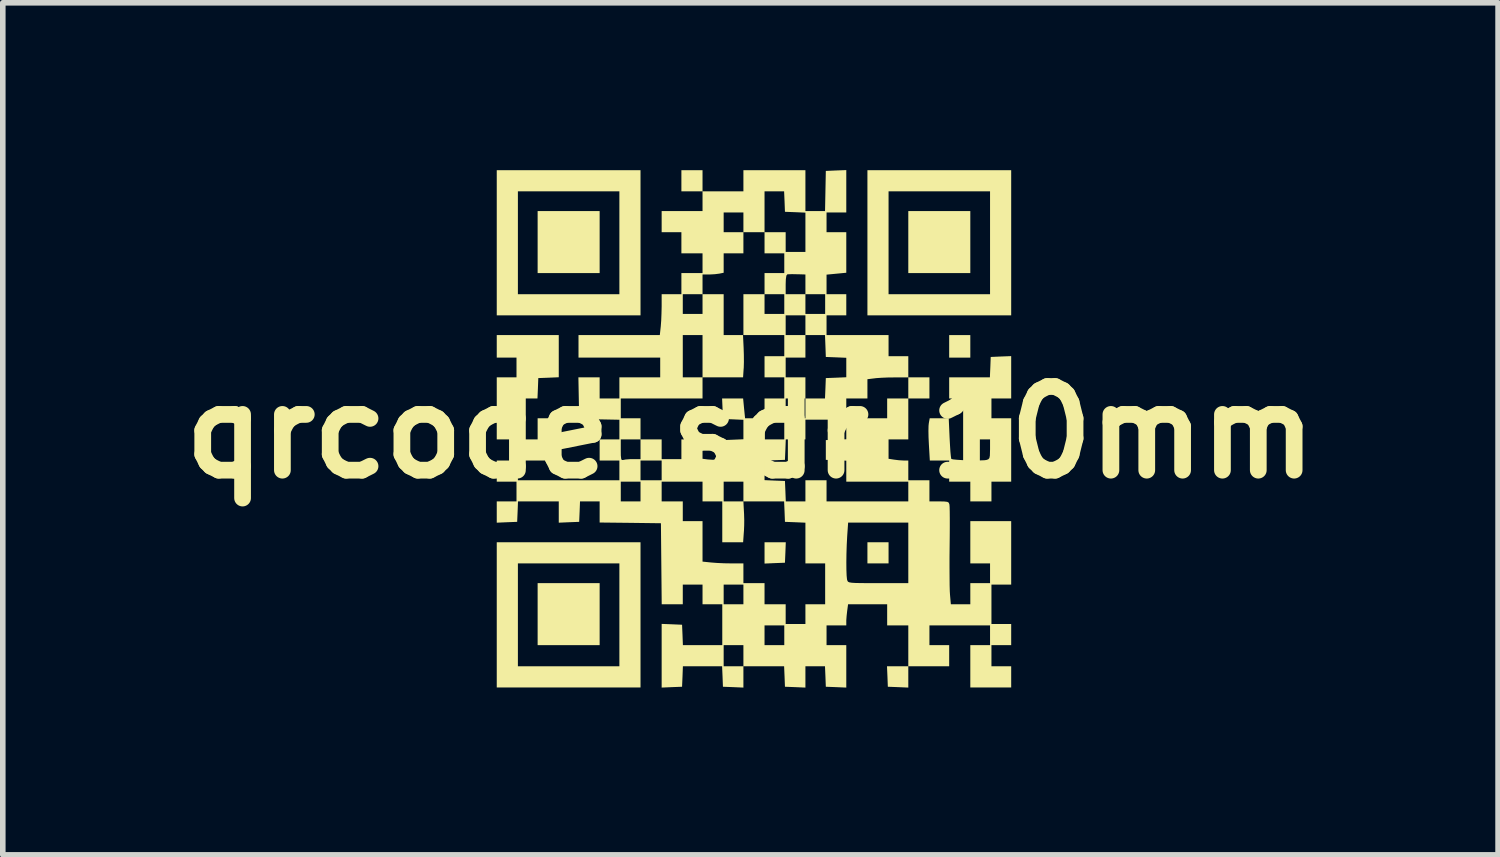
<source format=kicad_pcb>
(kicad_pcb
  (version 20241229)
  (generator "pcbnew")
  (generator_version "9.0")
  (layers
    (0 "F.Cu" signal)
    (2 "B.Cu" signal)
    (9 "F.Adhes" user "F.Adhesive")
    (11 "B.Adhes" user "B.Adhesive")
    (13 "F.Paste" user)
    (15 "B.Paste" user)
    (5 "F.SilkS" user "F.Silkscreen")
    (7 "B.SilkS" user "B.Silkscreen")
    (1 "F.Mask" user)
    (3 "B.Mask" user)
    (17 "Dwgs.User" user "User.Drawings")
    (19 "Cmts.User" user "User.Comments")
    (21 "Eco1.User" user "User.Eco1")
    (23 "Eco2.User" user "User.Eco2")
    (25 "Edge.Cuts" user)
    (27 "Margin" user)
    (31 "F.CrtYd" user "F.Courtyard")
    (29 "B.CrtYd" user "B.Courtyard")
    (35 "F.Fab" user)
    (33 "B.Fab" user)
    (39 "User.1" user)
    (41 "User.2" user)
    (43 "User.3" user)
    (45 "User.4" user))
  (footprint "qrcode sdr 10mm"
    (layer "F.Cu")
    (at 10.407 4.703)
    (property "Reference" "qrcode sdr 10mm" (at 0 0 0) (layer "F.SilkS") (effects (font (size 1.5 1.5) (thickness 0.3))))
    (attr board_only exclude_from_pos_files exclude_from_bom)
    (fp_poly (pts (xy -2.704 -3.412) (xy -2.704 -2.856) (xy -3.26 -2.856) (xy -3.816 -2.856) (xy -3.816 -3.412) (xy -3.816 -3.968) (xy -3.26 -3.968) (xy -2.704 -3.968)) (stroke (width 0) (type solid)) (fill yes) (layer "F.SilkS"))
    (fp_poly (pts (xy -2.704 3.26) (xy -2.704 3.816) (xy -3.26 3.816) (xy -3.816 3.816) (xy -3.816 3.26) (xy -3.816 2.704) (xy -3.26 2.704) (xy -2.704 2.704)) (stroke (width 0) (type solid)) (fill yes) (layer "F.SilkS"))
    (fp_poly (pts (xy 0.627 2.155) (xy 0.619 2.338) (xy 0.436 2.345) (xy 0.253 2.353) (xy 0.253 2.162) (xy 0.253 1.971) (xy 0.443 1.971) (xy 0.634 1.971)) (stroke (width 0) (type solid)) (fill yes) (layer "F.SilkS"))
    (fp_poly (pts (xy 2.477 2.161) (xy 2.477 2.35) (xy 2.287 2.35) (xy 2.098 2.35) (xy 2.098 2.161) (xy 2.098 1.971) (xy 2.287 1.971) (xy 2.477 1.971)) (stroke (width 0) (type solid)) (fill yes) (layer "F.SilkS"))
    (fp_poly (pts (xy 3.943 -3.412) (xy 3.943 -2.856) (xy 3.387 -2.856) (xy 2.831 -2.856) (xy 2.831 -3.412) (xy 2.831 -3.968) (xy 3.387 -3.968) (xy 3.943 -3.968)) (stroke (width 0) (type solid)) (fill yes) (layer "F.SilkS"))
    (fp_poly (pts (xy 3.943 -1.542) (xy 3.943 -1.34) (xy 3.753 -1.34) (xy 3.564 -1.34) (xy 3.564 -1.542) (xy 3.564 -1.744) (xy 3.753 -1.744) (xy 3.943 -1.744)) (stroke (width 0) (type solid)) (fill yes) (layer "F.SilkS"))
    (fp_poly (pts (xy -1.971 -3.399) (xy -1.971 -2.098) (xy -3.26 -2.098) (xy -4.549 -2.098) (xy -4.549 -3.399) (xy -4.549 -4.322) (xy -4.17 -4.322) (xy -4.17 -3.399) (xy -4.17 -2.477) (xy -3.26 -2.477) (xy -2.35 -2.477) (xy -2.35 -3.399) (xy -2.35 -4.322) (xy -3.26 -4.322) (xy -4.17 -4.322) (xy -4.549 -4.322) (xy -4.549 -4.701) (xy -3.26 -4.701) (xy -1.971 -4.701)) (stroke (width 0) (type solid)) (fill yes) (layer "F.SilkS"))
    (fp_poly (pts (xy -1.971 3.273) (xy -1.971 4.575) (xy -3.26 4.575) (xy -4.549 4.575) (xy -4.549 3.273) (xy -4.549 2.35) (xy -4.17 2.35) (xy -4.17 3.273) (xy -4.17 4.195) (xy -3.26 4.195) (xy -2.35 4.195) (xy -2.35 3.273) (xy -2.35 2.35) (xy -3.26 2.35) (xy -4.17 2.35) (xy -4.549 2.35) (xy -4.549 1.971) (xy -3.26 1.971) (xy -1.971 1.971)) (stroke (width 0) (type solid)) (fill yes) (layer "F.SilkS"))
    (fp_poly (pts (xy 4.676 -3.399) (xy 4.676 -2.098) (xy 3.387 -2.098) (xy 2.098 -2.098) (xy 2.098 -3.399) (xy 2.098 -4.322) (xy 2.477 -4.322) (xy 2.477 -3.399) (xy 2.477 -2.477) (xy 3.387 -2.477) (xy 4.297 -2.477) (xy 4.297 -3.399) (xy 4.297 -4.322) (xy 3.387 -4.322) (xy 2.477 -4.322) (xy 2.098 -4.322) (xy 2.098 -4.701) (xy 3.387 -4.701) (xy 4.676 -4.701)) (stroke (width 0) (type solid)) (fill yes) (layer "F.SilkS"))
    (fp_poly (pts (xy 4.676 -0.987) (xy 4.676 -0.607) (xy 4.499 -0.607) (xy 4.322 -0.607) (xy 4.322 -0.43) (xy 4.322 -0.253) (xy 4.499 -0.253) (xy 4.676 -0.253) (xy 4.676 0.316) (xy 4.676 0.885) (xy 4.499 0.885) (xy 4.322 0.885) (xy 4.322 1.061) (xy 4.322 1.238) (xy 4.132 1.238) (xy 3.943 1.238) (xy 3.943 1.061) (xy 3.943 0.885) (xy 3.753 0.885) (xy 3.564 0.885) (xy 3.564 0.695) (xy 3.564 0.505) (xy 3.39 0.505) (xy 3.217 0.505) (xy 3.2 0.214) (xy 3.194 0.089) (xy 3.192 -0.027) (xy 3.194 -0.118) (xy 3.199 -0.165) (xy 3.215 -0.253) (xy 3.386 -0.253) (xy 3.556 -0.253) (xy 3.572 0.105) (xy 3.579 0.234) (xy 3.586 0.345) (xy 3.594 0.428) (xy 3.601 0.472) (xy 3.603 0.477) (xy 3.634 0.485) (xy 3.704 0.492) (xy 3.8 0.498) (xy 3.909 0.502) (xy 4.02 0.504) (xy 4.12 0.503) (xy 4.197 0.5) (xy 4.233 0.495) (xy 4.266 0.483) (xy 4.285 0.461) (xy 4.294 0.417) (xy 4.296 0.338) (xy 4.297 0.303) (xy 4.297 0.126) (xy 4.12 0.126) (xy 3.943 0.126) (xy 3.943 -0.24) (xy 3.943 -0.607) (xy 3.753 -0.607) (xy 3.564 -0.607) (xy 3.564 -0.796) (xy 3.564 -0.986) (xy 3.929 -0.986) (xy 4.294 -0.986) (xy 4.302 -1.169) (xy 4.309 -1.352) (xy 4.492 -1.36) (xy 4.676 -1.367)) (stroke (width 0) (type solid)) (fill yes) (layer "F.SilkS"))
    (fp_poly (pts (xy 1.719 -4.323) (xy 1.719 -3.943) (xy 1.542 -3.943) (xy 1.365 -3.943) (xy 1.365 -3.766) (xy 1.365 -3.589) (xy 1.542 -3.589) (xy 1.719 -3.589) (xy 1.719 -3.226) (xy 1.719 -2.862) (xy 1.542 -2.845) (xy 1.365 -2.828) (xy 1.365 -2.652) (xy 1.365 -2.477) (xy 1.542 -2.477) (xy 1.719 -2.477) (xy 1.719 -2.287) (xy 1.719 -2.098) (xy 1.542 -2.098) (xy 1.365 -2.098) (xy 1.365 -1.921) (xy 1.365 -1.744) (xy 1.921 -1.744) (xy 2.477 -1.744) (xy 2.477 -1.554) (xy 2.477 -1.365) (xy 2.654 -1.365) (xy 2.831 -1.365) (xy 2.831 -1.175) (xy 2.831 -0.986) (xy 3.02 -0.986) (xy 3.21 -0.986) (xy 3.21 -0.796) (xy 3.21 -0.607) (xy 3.02 -0.607) (xy 2.831 -0.607) (xy 2.831 -0.24) (xy 2.831 0.126) (xy 2.654 0.126) (xy 2.477 0.126) (xy 2.477 0.3) (xy 2.477 0.474) (xy 2.572 0.489) (xy 2.661 0.5) (xy 2.746 0.505) (xy 2.749 0.505) (xy 2.831 0.505) (xy 2.831 0.682) (xy 2.831 0.859) (xy 3.02 0.859) (xy 3.21 0.859) (xy 3.21 1.049) (xy 3.21 1.238) (xy 3.384 1.238) (xy 3.476 1.24) (xy 3.529 1.246) (xy 3.556 1.261) (xy 3.567 1.289) (xy 3.569 1.299) (xy 3.572 1.34) (xy 3.574 1.424) (xy 3.575 1.544) (xy 3.575 1.693) (xy 3.574 1.863) (xy 3.572 2.048) (xy 3.572 2.051) (xy 3.57 2.243) (xy 3.57 2.428) (xy 3.571 2.597) (xy 3.572 2.74) (xy 3.575 2.85) (xy 3.579 2.913) (xy 3.594 3.083) (xy 3.768 3.083) (xy 3.943 3.083) (xy 3.943 2.894) (xy 3.943 2.704) (xy 4.12 2.704) (xy 4.297 2.704) (xy 4.297 2.527) (xy 4.297 2.35) (xy 4.12 2.35) (xy 3.943 2.35) (xy 3.943 1.971) (xy 3.943 1.592) (xy 4.309 1.592) (xy 4.676 1.592) (xy 4.676 2.161) (xy 4.676 2.73) (xy 4.499 2.73) (xy 4.322 2.73) (xy 4.322 3.083) (xy 4.322 3.437) (xy 4.499 3.437) (xy 4.676 3.437) (xy 4.676 3.627) (xy 4.676 3.816) (xy 4.499 3.816) (xy 4.322 3.816) (xy 4.322 4.006) (xy 4.322 4.195) (xy 4.499 4.195) (xy 4.676 4.195) (xy 4.676 4.385) (xy 4.676 4.575) (xy 4.309 4.575) (xy 3.943 4.575) (xy 3.943 4.195) (xy 3.943 3.816) (xy 4.12 3.816) (xy 4.297 3.816) (xy 4.297 3.639) (xy 4.297 3.462) (xy 3.753 3.462) (xy 3.21 3.462) (xy 3.21 3.639) (xy 3.21 3.816) (xy 3.387 3.816) (xy 3.564 3.816) (xy 3.564 4.006) (xy 3.564 4.195) (xy 3.197 4.195) (xy 2.831 4.195) (xy 2.831 4.386) (xy 2.831 4.577) (xy 2.647 4.569) (xy 2.464 4.562) (xy 2.457 4.379) (xy 2.449 4.195) (xy 2.64 4.195) (xy 2.831 4.195) (xy 2.831 3.829) (xy 2.831 3.462) (xy 2.641 3.462) (xy 2.452 3.462) (xy 2.452 3.273) (xy 2.452 3.083) (xy 2.101 3.083) (xy 1.751 3.083) (xy 1.735 3.201) (xy 1.725 3.29) (xy 1.719 3.37) (xy 1.719 3.39) (xy 1.719 3.462) (xy 1.542 3.462) (xy 1.365 3.462) (xy 1.365 3.639) (xy 1.365 3.816) (xy 1.542 3.816) (xy 1.719 3.816) (xy 1.719 4.197) (xy 1.719 4.577) (xy 1.535 4.569) (xy 1.352 4.562) (xy 1.345 4.379) (xy 1.337 4.195) (xy 1.161 4.195) (xy 0.986 4.195) (xy 0.986 4.386) (xy 0.986 4.577) (xy 0.802 4.569) (xy 0.619 4.562) (xy 0.612 4.379) (xy 0.604 4.195) (xy 0.239 4.195) (xy -0.126 4.195) (xy -0.126 4.386) (xy -0.126 4.577) (xy -0.31 4.569) (xy -0.493 4.562) (xy -0.5 4.379) (xy -0.508 4.195) (xy -0.859 4.195) (xy -1.211 4.195) (xy -1.218 4.379) (xy -1.226 4.562) (xy -1.409 4.569) (xy -1.592 4.577) (xy -1.592 4.006) (xy -1.592 3.435) (xy -1.409 3.442) (xy -1.226 3.45) (xy -1.218 3.633) (xy -1.211 3.816) (xy -0.858 3.816) (xy -0.505 3.816) (xy -0.48 3.816) (xy -0.48 4.006) (xy -0.48 4.195) (xy -0.303 4.195) (xy -0.126 4.195) (xy -0.126 4.006) (xy -0.126 3.816) (xy -0.303 3.816) (xy -0.48 3.816) (xy -0.505 3.816) (xy -0.505 3.462) (xy 0.253 3.462) (xy 0.253 3.639) (xy 0.253 3.816) (xy 0.43 3.816) (xy 0.607 3.816) (xy 0.607 3.639) (xy 0.607 3.462) (xy 0.43 3.462) (xy 0.253 3.462) (xy -0.505 3.462) (xy -0.505 3.45) (xy -0.505 3.083) (xy -0.682 3.083) (xy -0.859 3.083) (xy -0.859 2.906) (xy -0.859 2.73) (xy -0.48 2.73) (xy -0.48 2.906) (xy -0.48 3.083) (xy -0.303 3.083) (xy -0.126 3.083) (xy -0.126 2.906) (xy -0.126 2.73) (xy -0.303 2.73) (xy -0.48 2.73) (xy -0.859 2.73) (xy -1.036 2.73) (xy -1.213 2.73) (xy -1.213 2.906) (xy -1.213 3.083) (xy -1.402 3.083) (xy -1.591 3.083) (xy -1.598 2.357) (xy -1.605 1.63) (xy -2.155 1.623) (xy -2.704 1.617) (xy -2.704 1.427) (xy -2.704 1.238) (xy -2.88 1.238) (xy -3.056 1.238) (xy -3.063 1.422) (xy -3.071 1.605) (xy -3.254 1.612) (xy -3.437 1.62) (xy -3.437 1.429) (xy -3.437 1.238) (xy -3.803 1.238) (xy -4.168 1.238) (xy -4.175 1.422) (xy -4.183 1.605) (xy -4.366 1.612) (xy -4.549 1.62) (xy -4.549 1.429) (xy -4.549 1.238) (xy -4.372 1.238) (xy -4.195 1.238) (xy -4.195 1.061) (xy -4.195 0.885) (xy -2.325 0.885) (xy -2.325 1.061) (xy -2.325 1.238) (xy -2.148 1.238) (xy -1.971 1.238) (xy -1.971 1.061) (xy -1.971 0.885) (xy -1.592 0.885) (xy -1.592 1.061) (xy -1.592 1.238) (xy -1.403 1.238) (xy -1.213 1.238) (xy -1.213 1.415) (xy -1.213 1.592) (xy -1.036 1.592) (xy -0.859 1.592) (xy -0.859 1.955) (xy -0.859 2.318) (xy -0.704 2.334) (xy -0.6 2.342) (xy -0.471 2.348) (xy -0.346 2.35) (xy -0.337 2.35) (xy -0.126 2.35) (xy -0.126 2.527) (xy -0.126 2.704) (xy 0.063 2.704) (xy 0.253 2.704) (xy 0.253 2.894) (xy 0.253 3.083) (xy 0.442 3.083) (xy 0.632 3.083) (xy 0.632 3.26) (xy 0.632 3.437) (xy 0.809 3.437) (xy 0.986 3.437) (xy 0.986 3.26) (xy 0.986 3.083) (xy 1.163 3.083) (xy 1.34 3.083) (xy 1.34 2.717) (xy 1.34 2.35) (xy 1.163 2.35) (xy 0.986 2.35) (xy 0.986 2.327) (xy 1.72 2.327) (xy 1.721 2.462) (xy 1.725 2.569) (xy 1.732 2.638) (xy 1.735 2.647) (xy 1.741 2.666) (xy 1.752 2.68) (xy 1.775 2.69) (xy 1.816 2.697) (xy 1.882 2.701) (xy 1.979 2.703) (xy 2.114 2.704) (xy 2.29 2.704) (xy 2.831 2.704) (xy 2.831 2.161) (xy 2.831 1.618) (xy 2.291 1.618) (xy 1.752 1.618) (xy 1.735 1.864) (xy 1.727 2.018) (xy 1.722 2.176) (xy 1.72 2.327) (xy 0.986 2.327) (xy 0.986 1.985) (xy 0.986 1.62) (xy 0.802 1.612) (xy 0.619 1.605) (xy 0.612 1.422) (xy 0.604 1.238) (xy 0.239 1.238) (xy -0.126 1.238) (xy -0.122 1.321) (xy -0.114 1.465) (xy -0.111 1.575) (xy -0.112 1.669) (xy -0.116 1.763) (xy -0.119 1.801) (xy -0.131 1.971) (xy -0.318 1.971) (xy -0.505 1.971) (xy -0.505 1.605) (xy -0.505 1.238) (xy -0.682 1.238) (xy -0.859 1.238) (xy -0.859 1.061) (xy -0.859 0.885) (xy -0.48 0.885) (xy -0.48 1.061) (xy -0.48 1.238) (xy -0.303 1.238) (xy -0.126 1.238) (xy -0.126 1.061) (xy -0.126 0.885) (xy -0.303 0.885) (xy -0.48 0.885) (xy -0.859 0.885) (xy -1.226 0.885) (xy -1.592 0.885) (xy -1.971 0.885) (xy -2.148 0.885) (xy -2.325 0.885) (xy -4.195 0.885) (xy -4.372 0.885) (xy -4.549 0.885) (xy -4.549 0.695) (xy -4.549 0.505) (xy -4.372 0.505) (xy -4.195 0.505) (xy -4.195 0.316) (xy -4.195 0.126) (xy -4.372 0.126) (xy -4.549 0.126) (xy -4.549 -0.43) (xy -4.549 -0.986) (xy -4.372 -0.986) (xy -4.195 -0.986) (xy -4.195 -1.163) (xy -4.195 -1.34) (xy -4.372 -1.34) (xy -4.549 -1.34) (xy -4.549 -1.542) (xy -4.549 -1.744) (xy -3.993 -1.744) (xy -3.437 -1.744) (xy -3.437 -1.366) (xy -3.437 -0.988) (xy -3.62 -0.98) (xy -3.804 -0.973) (xy -3.811 -0.79) (xy -3.819 -0.607) (xy -3.994 -0.607) (xy -4.17 -0.607) (xy -4.17 -0.24) (xy -4.17 0.126) (xy -3.993 0.126) (xy -3.816 0.126) (xy -3.816 -0.063) (xy -3.816 -0.253) (xy -3.627 -0.253) (xy -3.437 -0.253) (xy -3.437 0.126) (xy -3.437 0.505) (xy -3.804 0.505) (xy -4.17 0.505) (xy -4.17 0.682) (xy -4.17 0.859) (xy -3.26 0.859) (xy -2.35 0.859) (xy -2.35 0.682) (xy -2.35 0.505) (xy -1.971 0.505) (xy -1.971 0.682) (xy -1.971 0.859) (xy -1.782 0.859) (xy -1.592 0.859) (xy -1.592 0.857) (xy 0.253 0.857) (xy 0.436 0.865) (xy 0.619 0.872) (xy 0.627 1.055) (xy 0.634 1.238) (xy 0.81 1.238) (xy 0.986 1.238) (xy 0.986 1.049) (xy 0.986 0.859) (xy 1.175 0.859) (xy 1.365 0.859) (xy 1.365 1.049) (xy 1.365 1.238) (xy 2.098 1.238) (xy 2.831 1.238) (xy 2.831 1.061) (xy 2.831 0.885) (xy 2.275 0.885) (xy 1.719 0.885) (xy 1.719 0.696) (xy 1.719 0.508) (xy 1.535 0.5) (xy 1.352 0.493) (xy 1.352 0.316) (xy 1.352 0.139) (xy 1.535 0.132) (xy 1.719 0.124) (xy 1.719 -0.052) (xy 1.719 -0.227) (xy 1.352 -0.227) (xy 0.986 -0.227) (xy 0.986 -0.051) (xy 0.986 0.126) (xy 0.81 0.126) (xy 0.634 0.126) (xy 0.627 0.31) (xy 0.619 0.493) (xy 0.436 0.5) (xy 0.253 0.508) (xy 0.253 0.682) (xy 0.253 0.857) (xy -1.592 0.857) (xy -1.592 0.682) (xy -1.592 0.505) (xy -1.782 0.505) (xy -1.971 0.505) (xy -2.35 0.505) (xy -2.527 0.505) (xy -2.704 0.505) (xy -2.704 0.319) (xy -2.325 0.319) (xy -2.324 0.416) (xy -2.318 0.472) (xy -2.307 0.496) (xy -2.287 0.496) (xy -2.285 0.496) (xy -2.238 0.487) (xy -2.161 0.481) (xy -2.108 0.48) (xy -1.971 0.48) (xy -1.971 0.303) (xy -1.971 0.126) (xy -1.782 0.126) (xy -1.592 0.126) (xy -1.592 0.303) (xy -1.592 0.48) (xy -1.415 0.48) (xy -1.238 0.48) (xy -1.238 0.303) (xy -1.238 0.126) (xy -1.049 0.126) (xy -0.859 0.126) (xy -0.859 0.3) (xy -0.859 0.474) (xy -0.765 0.486) (xy -0.676 0.492) (xy -0.592 0.487) (xy -0.589 0.487) (xy -0.545 0.478) (xy -0.521 0.462) (xy -0.508 0.424) (xy -0.502 0.354) (xy -0.5 0.307) (xy -0.493 0.139) (xy -0.31 0.132) (xy -0.126 0.124) (xy -0.126 -0.051) (xy -0.126 -0.225) (xy -0.181 -0.227) (xy 0.253 -0.227) (xy 0.253 -0.051) (xy 0.253 0.126) (xy 0.43 0.126) (xy 0.607 0.126) (xy 0.607 -0.051) (xy 0.607 -0.227) (xy 0.43 -0.227) (xy 0.253 -0.227) (xy -0.181 -0.227) (xy -0.31 -0.233) (xy -0.493 -0.24) (xy -0.5 -0.423) (xy -0.508 -0.607) (xy -0.32 -0.607) (xy -0.131 -0.607) (xy -0.114 -0.43) (xy -0.096 -0.253) (xy 0.078 -0.253) (xy 0.253 -0.253) (xy 0.632 -0.253) (xy 0.809 -0.253) (xy 0.986 -0.253) (xy 1.719 -0.253) (xy 2.085 -0.253) (xy 2.452 -0.253) (xy 2.452 -0.43) (xy 2.452 -0.607) (xy 2.641 -0.607) (xy 2.831 -0.607) (xy 2.831 -0.796) (xy 2.831 -0.986) (xy 2.597 -0.985) (xy 2.474 -0.984) (xy 2.352 -0.979) (xy 2.253 -0.972) (xy 2.23 -0.969) (xy 2.098 -0.953) (xy 2.098 -0.78) (xy 2.098 -0.607) (xy 1.908 -0.607) (xy 1.719 -0.607) (xy 1.719 -0.43) (xy 1.719 -0.253) (xy 0.986 -0.253) (xy 0.986 -0.43) (xy 0.986 -0.607) (xy 1.161 -0.607) (xy 1.337 -0.607) (xy 1.345 -0.79) (xy 1.352 -0.973) (xy 1.535 -0.98) (xy 1.719 -0.988) (xy 1.719 -1.163) (xy 1.719 -1.337) (xy 1.535 -1.345) (xy 1.352 -1.352) (xy 1.345 -1.548) (xy 1.337 -1.744) (xy 1.162 -1.744) (xy 0.986 -1.744) (xy 0.986 -1.542) (xy 0.986 -1.34) (xy 0.809 -1.34) (xy 0.632 -1.34) (xy 0.632 -1.163) (xy 0.632 -0.986) (xy 0.809 -0.986) (xy 0.986 -0.986) (xy 0.986 -0.796) (xy 0.986 -0.607) (xy 0.809 -0.607) (xy 0.632 -0.607) (xy 0.632 -0.43) (xy 0.632 -0.253) (xy 0.253 -0.253) (xy 0.253 -0.43) (xy 0.253 -0.607) (xy 0.43 -0.607) (xy 0.607 -0.607) (xy 0.607 -0.796) (xy 0.607 -0.986) (xy 0.43 -0.986) (xy 0.253 -0.986) (xy 0.253 -1.175) (xy 0.253 -1.365) (xy 0.43 -1.365) (xy 0.607 -1.365) (xy 0.607 -1.554) (xy 0.607 -1.744) (xy 0.24 -1.744) (xy -0.126 -1.744) (xy -0.126 -2.098) (xy 0.632 -2.098) (xy 0.632 -1.921) (xy 0.632 -1.744) (xy 0.809 -1.744) (xy 0.986 -1.744) (xy 0.986 -1.921) (xy 0.986 -2.098) (xy 0.809 -2.098) (xy 0.632 -2.098) (xy -0.126 -2.098) (xy -0.126 -2.11) (xy -0.126 -2.477) (xy 0.063 -2.477) (xy 0.253 -2.477) (xy 0.253 -2.3) (xy 0.253 -2.123) (xy 0.43 -2.123) (xy 0.607 -2.123) (xy 0.607 -2.3) (xy 0.607 -2.477) (xy 0.632 -2.477) (xy 0.809 -2.477) (xy 0.986 -2.477) (xy 0.986 -2.3) (xy 0.986 -2.123) (xy 1.163 -2.123) (xy 1.34 -2.123) (xy 1.34 -2.3) (xy 1.34 -2.477) (xy 1.163 -2.477) (xy 0.986 -2.477) (xy 0.986 -2.654) (xy 0.986 -2.831) (xy 0.891 -2.834) (xy 0.746 -2.837) (xy 0.663 -2.834) (xy 0.645 -2.812) (xy 0.635 -2.747) (xy 0.632 -2.654) (xy 0.632 -2.477) (xy 0.607 -2.477) (xy 0.43 -2.477) (xy 0.253 -2.477) (xy 0.253 -2.666) (xy 0.253 -2.856) (xy 0.43 -2.856) (xy 0.607 -2.856) (xy 0.607 -3.033) (xy 0.607 -3.21) (xy 0.43 -3.21) (xy 0.253 -3.21) (xy 0.253 -3.399) (xy 0.253 -3.589) (xy 0.442 -3.589) (xy 0.632 -3.589) (xy 0.632 -3.412) (xy 0.632 -3.235) (xy 0.809 -3.235) (xy 0.986 -3.235) (xy 0.986 -3.588) (xy 0.986 -3.94) (xy 0.802 -3.948) (xy 0.619 -3.955) (xy 0.612 -4.139) (xy 0.604 -4.322) (xy 0.429 -4.322) (xy 0.253 -4.322) (xy 0.253 -3.955) (xy 0.253 -3.589) (xy 0.063 -3.589) (xy -0.126 -3.589) (xy -0.126 -3.766) (xy -0.126 -3.943) (xy -0.303 -3.943) (xy -0.48 -3.943) (xy -0.48 -3.766) (xy -0.48 -3.589) (xy -0.303 -3.589) (xy -0.126 -3.589) (xy -0.126 -3.399) (xy -0.126 -3.21) (xy -0.303 -3.21) (xy -0.48 -3.21) (xy -0.48 -3.036) (xy -0.48 -2.862) (xy -0.559 -2.846) (xy -0.637 -2.836) (xy -0.729 -2.831) (xy -0.749 -2.831) (xy -0.859 -2.831) (xy -0.859 -2.654) (xy -0.859 -2.477) (xy -1.036 -2.477) (xy -1.213 -2.477) (xy -1.213 -2.3) (xy -1.213 -2.123) (xy -1.036 -2.123) (xy -0.859 -2.123) (xy -0.859 -2.3) (xy -0.859 -2.477) (xy -0.67 -2.477) (xy -0.48 -2.477) (xy -0.48 -2.11) (xy -0.48 -1.744) (xy -0.306 -1.744) (xy -0.133 -1.744) (xy -0.122 -1.515) (xy -0.118 -1.39) (xy -0.117 -1.262) (xy -0.12 -1.155) (xy -0.122 -1.136) (xy -0.132 -0.986) (xy -0.496 -0.986) (xy -0.859 -0.986) (xy -0.859 -1.365) (xy -0.859 -1.744) (xy -1.036 -1.744) (xy -1.213 -1.744) (xy -1.213 -1.365) (xy -1.213 -0.986) (xy -1.036 -0.986) (xy -0.859 -0.986) (xy -0.859 -0.796) (xy -0.859 -0.607) (xy -1.592 -0.607) (xy -2.325 -0.607) (xy -2.325 -0.43) (xy -2.325 -0.253) (xy -2.148 -0.253) (xy -1.971 -0.253) (xy -1.971 -0.063) (xy -1.971 0.126) (xy -2.148 0.126) (xy -2.325 0.126) (xy -2.325 0.319) (xy -2.704 0.319) (xy -2.704 0.316) (xy -2.704 0.126) (xy -2.527 0.126) (xy -2.35 0.126) (xy -2.35 -0.05) (xy -2.35 -0.226) (xy -2.711 -0.233) (xy -3.071 -0.24) (xy -3.078 -0.613) (xy -3.085 -0.986) (xy -2.895 -0.986) (xy -2.704 -0.986) (xy -2.704 -0.796) (xy -2.704 -0.607) (xy -2.527 -0.607) (xy -2.35 -0.607) (xy -2.35 -0.796) (xy -2.35 -0.986) (xy -1.984 -0.986) (xy -1.618 -0.986) (xy -1.618 -1.163) (xy -1.618 -1.34) (xy -2.35 -1.34) (xy -3.083 -1.34) (xy -3.083 -1.542) (xy -3.083 -1.744) (xy -2.354 -1.744) (xy -1.625 -1.744) (xy -1.608 -1.899) (xy -1.6 -2.004) (xy -1.595 -2.132) (xy -1.592 -2.257) (xy -1.592 -2.266) (xy -1.592 -2.477) (xy -1.415 -2.477) (xy -1.238 -2.477) (xy -1.238 -2.666) (xy -1.238 -2.856) (xy -1.049 -2.856) (xy -0.859 -2.856) (xy -0.859 -3.033) (xy -0.859 -3.21) (xy -1.049 -3.21) (xy -1.238 -3.21) (xy -1.238 -3.399) (xy -1.238 -3.589) (xy -1.415 -3.589) (xy -1.592 -3.589) (xy -1.592 -3.778) (xy -1.592 -3.968) (xy -1.226 -3.968) (xy -0.859 -3.968) (xy -0.859 -4.145) (xy -0.859 -4.322) (xy -1.049 -4.322) (xy -1.238 -4.322) (xy -1.238 -4.511) (xy -1.238 -4.701) (xy -1.049 -4.701) (xy -0.859 -4.701) (xy -0.859 -4.511) (xy -0.859 -4.322) (xy -0.493 -4.322) (xy -0.126 -4.322) (xy -0.126 -4.511) (xy -0.126 -4.701) (xy 0.43 -4.701) (xy 0.986 -4.701) (xy 0.986 -4.334) (xy 0.986 -3.968) (xy 1.162 -3.968) (xy 1.338 -3.968) (xy 1.345 -4.328) (xy 1.352 -4.688) (xy 1.535 -4.696) (xy 1.719 -4.703)) (stroke (width 0) (type solid)) (fill yes) (layer "F.SilkS")))
  (gr_rect
    (start -3 -3)
    (end 23.814 12.28)
    (stroke (width 0.1) (type default))
    (fill no)
    (layer "Edge.Cuts")))
</source>
